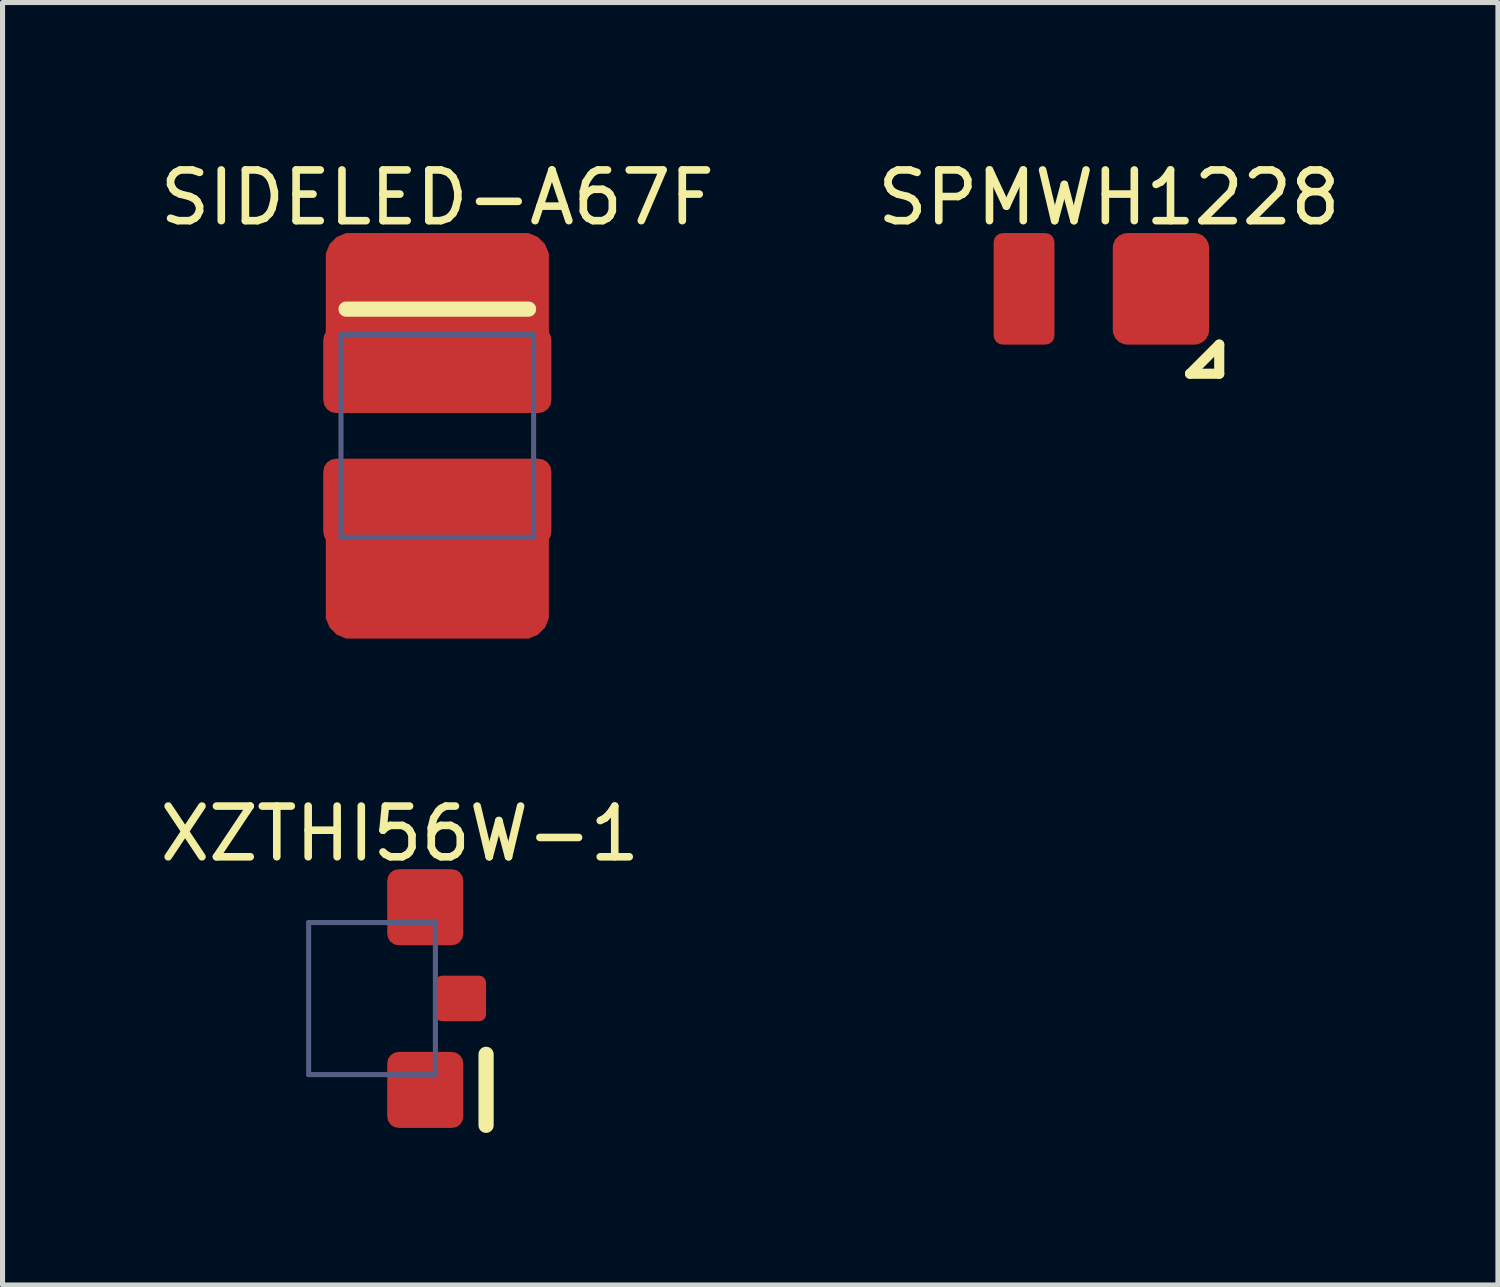
<source format=kicad_pcb>
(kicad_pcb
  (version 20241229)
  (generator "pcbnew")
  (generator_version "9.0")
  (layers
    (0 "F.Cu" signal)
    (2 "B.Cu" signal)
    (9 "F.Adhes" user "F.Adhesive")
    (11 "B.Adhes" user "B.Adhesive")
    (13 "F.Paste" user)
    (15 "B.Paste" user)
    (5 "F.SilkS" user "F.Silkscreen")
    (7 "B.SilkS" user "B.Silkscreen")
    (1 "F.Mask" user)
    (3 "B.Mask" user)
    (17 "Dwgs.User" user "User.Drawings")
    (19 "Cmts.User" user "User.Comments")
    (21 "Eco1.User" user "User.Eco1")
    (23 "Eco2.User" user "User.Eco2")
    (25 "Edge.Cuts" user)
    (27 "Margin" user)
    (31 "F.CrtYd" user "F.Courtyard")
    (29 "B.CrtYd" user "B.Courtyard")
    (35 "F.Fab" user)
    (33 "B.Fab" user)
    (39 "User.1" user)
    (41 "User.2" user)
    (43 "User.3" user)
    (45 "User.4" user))
  (footprint "SPMWH1228"
    (layer "F.Cu")
    (at 18.702 2.648)
    (property "Reference" "SPMWH1228" (at 0.125 -1.8 0) (unlocked yes) (layer "F.SilkS") (effects (font (size 1 1) (thickness 0.15))))
    (fp_line (start 1.725 1.675) (end 2.3 1.1) (stroke (width 0.2) (type solid)) (layer "F.SilkS"))
    (fp_line (start 1.725 1.675) (end 2.3 1.675) (stroke (width 0.2) (type solid)) (layer "F.SilkS"))
    (fp_line (start 2.3 1.675) (end 2.3 1.1) (stroke (width 0.2) (type solid)) (layer "F.SilkS"))
    (fp_line (start -2.2 -1.6) (end 2.2 -1.6) (stroke (width 0.1) (type solid)) (layer "Eco2.User"))
    (fp_line (start -2.2 1.6) (end -2.2 -1.6) (stroke (width 0.1) (type solid)) (layer "Eco2.User"))
    (fp_line (start -2.2 1.6) (end 1.4 1.6) (stroke (width 0.1) (type solid)) (layer "Eco2.User"))
    (fp_line (start 1.4 1.6) (end 2.2 0.8) (stroke (width 0.1) (type solid)) (layer "Eco2.User"))
    (fp_line (start 2.2 0.8) (end 2.2 -1.6) (stroke (width 0.1) (type solid)) (layer "Eco2.User"))
    (fp_text user "${REFERENCE}" (at -2.025 0.3 0) (unlocked yes) (layer "Eco2.User") (effects (font (face "Avenir LT 45 Book") (size 0.55 0.55) (thickness 0.254)) (justify left bottom)))
    (pad "1" smd roundrect (at -1.55 0 180) (size 1.2 2.2) (layers "F.Cu" "F.Mask" "F.Paste") (roundrect_rratio 0.15))
    (pad "2" smd roundrect (at 1.15 0 180) (size 1.9 2.2) (layers "F.Cu" "F.Mask" "F.Paste") (roundrect_rratio 0.15)))
  (footprint "SIDELED-A67F"
    (layer "F.Cu")
    (at 5.277 5.548)
    (property "Reference" "SIDELED-A67F" (at 0.3 -4.7 0) (unlocked yes) (layer "F.SilkS") (effects (font (size 1 1) (thickness 0.15))))
    (fp_line (start -1.5 -2.5) (end 2.1 -2.5) (stroke (width 0.3) (type solid)) (layer "F.SilkS"))
    (fp_line (start -2.1 -3.5) (end 2.7 -3.5) (stroke (width 0.1) (type solid)) (layer "Eco2.User"))
    (fp_line (start -2.1 3.5) (end -2.1 -3.5) (stroke (width 0.1) (type solid)) (layer "Eco2.User"))
    (fp_line (start -2.1 3.5) (end 2.7 3.5) (stroke (width 0.1) (type solid)) (layer "Eco2.User"))
    (fp_line (start -0.5 0) (end 0.5 0) (stroke (width 0.1) (type solid)) (layer "Eco2.User"))
    (fp_line (start 0 0.5) (end 0 -0.5) (stroke (width 0.1) (type solid)) (layer "Eco2.User"))
    (fp_line (start 2.7 3.5) (end 2.7 -3.5) (stroke (width 0.1) (type solid)) (layer "Eco2.User"))
    (fp_line (start -1.6 -2) (end 2.2 -2) (stroke (width 0.1) (type solid)) (layer "B.Fab"))
    (fp_line (start -1.6 2) (end -1.6 -2) (stroke (width 0.1) (type solid)) (layer "B.Fab"))
    (fp_line (start -1.6 2) (end 2.2 2) (stroke (width 0.1) (type solid)) (layer "B.Fab"))
    (fp_line (start 2.2 2) (end 2.2 -2) (stroke (width 0.1) (type solid)) (layer "B.Fab"))
    (pad "" smd custom (at -1.9 -1.7) (size 0.000001 0.000001) (layers "F.Cu") (options (anchor circle)) (primitives (gr_poly (pts (xy 0 0) (xy 0 -1.8) (xy 0 -1.899) (xy 0.076 -2.083) (xy 0.217 -2.224) (xy 0.401 -2.3) (xy 0.5 -2.3) (xy 3.9 -2.3) (xy 3.999 -2.3) (xy 4.183 -2.224) (xy 4.324 -2.083) (xy 4.4 -1.899) (xy 4.4 -1.8) (xy 4.4 0)) (width 0) (fill yes))))
    (pad "" smd custom (at 2.5 1.7) (size 0.000001 0.000001) (layers "F.Cu") (options (anchor circle)) (primitives (gr_poly (pts (xy 0 0) (xy 0 1.8) (xy 0 1.899) (xy -0.076 2.083) (xy -0.217 2.224) (xy -0.401 2.3) (xy -0.5 2.3) (xy -3.9 2.3) (xy -3.999 2.3) (xy -4.183 2.224) (xy -4.324 2.083) (xy -4.4 1.899) (xy -4.4 1.8) (xy -4.4 0)) (width 0) (fill yes))))
    (pad "A" smd roundrect (at 0.3 1.3) (size 4.5 1.7) (layers "F.Cu" "F.Mask" "F.Paste") (roundrect_rratio 0.15))
    (pad "C" smd roundrect (at 0.3 -1.3) (size 4.5 1.7) (layers "F.Cu" "F.Mask" "F.Paste") (roundrect_rratio 0.15)))
  (footprint "XZTHI56W-1"
    (layer "F.Cu")
    (at 5.339 16.649)
    (property "Reference" "XZTHI56W-1" (at -0.5 -3.252 0) (unlocked yes) (layer "F.SilkS") (effects (font (size 1 1) (thickness 0.15))))
    (fp_line (start 1.2 2.5) (end 1.2 1.1) (stroke (width 0.3) (type solid)) (layer "F.SilkS"))
    (fp_line (start -1 -1.775) (end 1 -1.775) (stroke (width 0.1) (type solid)) (layer "Eco2.User"))
    (fp_line (start -1 1.775) (end -1 -1.775) (stroke (width 0.1) (type solid)) (layer "Eco2.User"))
    (fp_line (start -1 1.775) (end 1 1.775) (stroke (width 0.1) (type solid)) (layer "Eco2.User"))
    (fp_line (start -0.5 0) (end 0.5 0) (stroke (width 0.1) (type solid)) (layer "Eco2.User"))
    (fp_line (start 0 0.5) (end 0 -0.5) (stroke (width 0.1) (type solid)) (layer "Eco2.User"))
    (fp_line (start 1 1.775) (end 1 -1.775) (stroke (width 0.1) (type solid)) (layer "Eco2.User"))
    (fp_line (start -2.3 -1.5) (end 0.2 -1.5) (stroke (width 0.1) (type solid)) (layer "B.Fab"))
    (fp_line (start -2.3 1.5) (end -2.3 -1.5) (stroke (width 0.1) (type solid)) (layer "B.Fab"))
    (fp_line (start -2.3 1.5) (end 0.2 1.5) (stroke (width 0.1) (type solid)) (layer "B.Fab"))
    (fp_line (start 0.2 1.5) (end 0.2 -1.5) (stroke (width 0.1) (type solid)) (layer "B.Fab"))
    (pad "" smd roundrect (at 0.7 -0.002) (size 1 0.9) (layers "F.Cu" "F.Mask" "F.Paste") (roundrect_rratio 0.15))
    (pad "A" smd roundrect (at 0 1.802) (size 1.5 1.5) (layers "F.Cu" "F.Mask" "F.Paste") (roundrect_rratio 0.15))
    (pad "C" smd roundrect (at 0 -1.802) (size 1.5 1.5) (layers "F.Cu" "F.Mask" "F.Paste") (roundrect_rratio 0.15)))
  (gr_rect
    (start -3 -3)
    (end 26.5 22.299)
    (stroke (width 0.1) (type default))
    (fill no)
    (layer "Edge.Cuts")))
</source>
